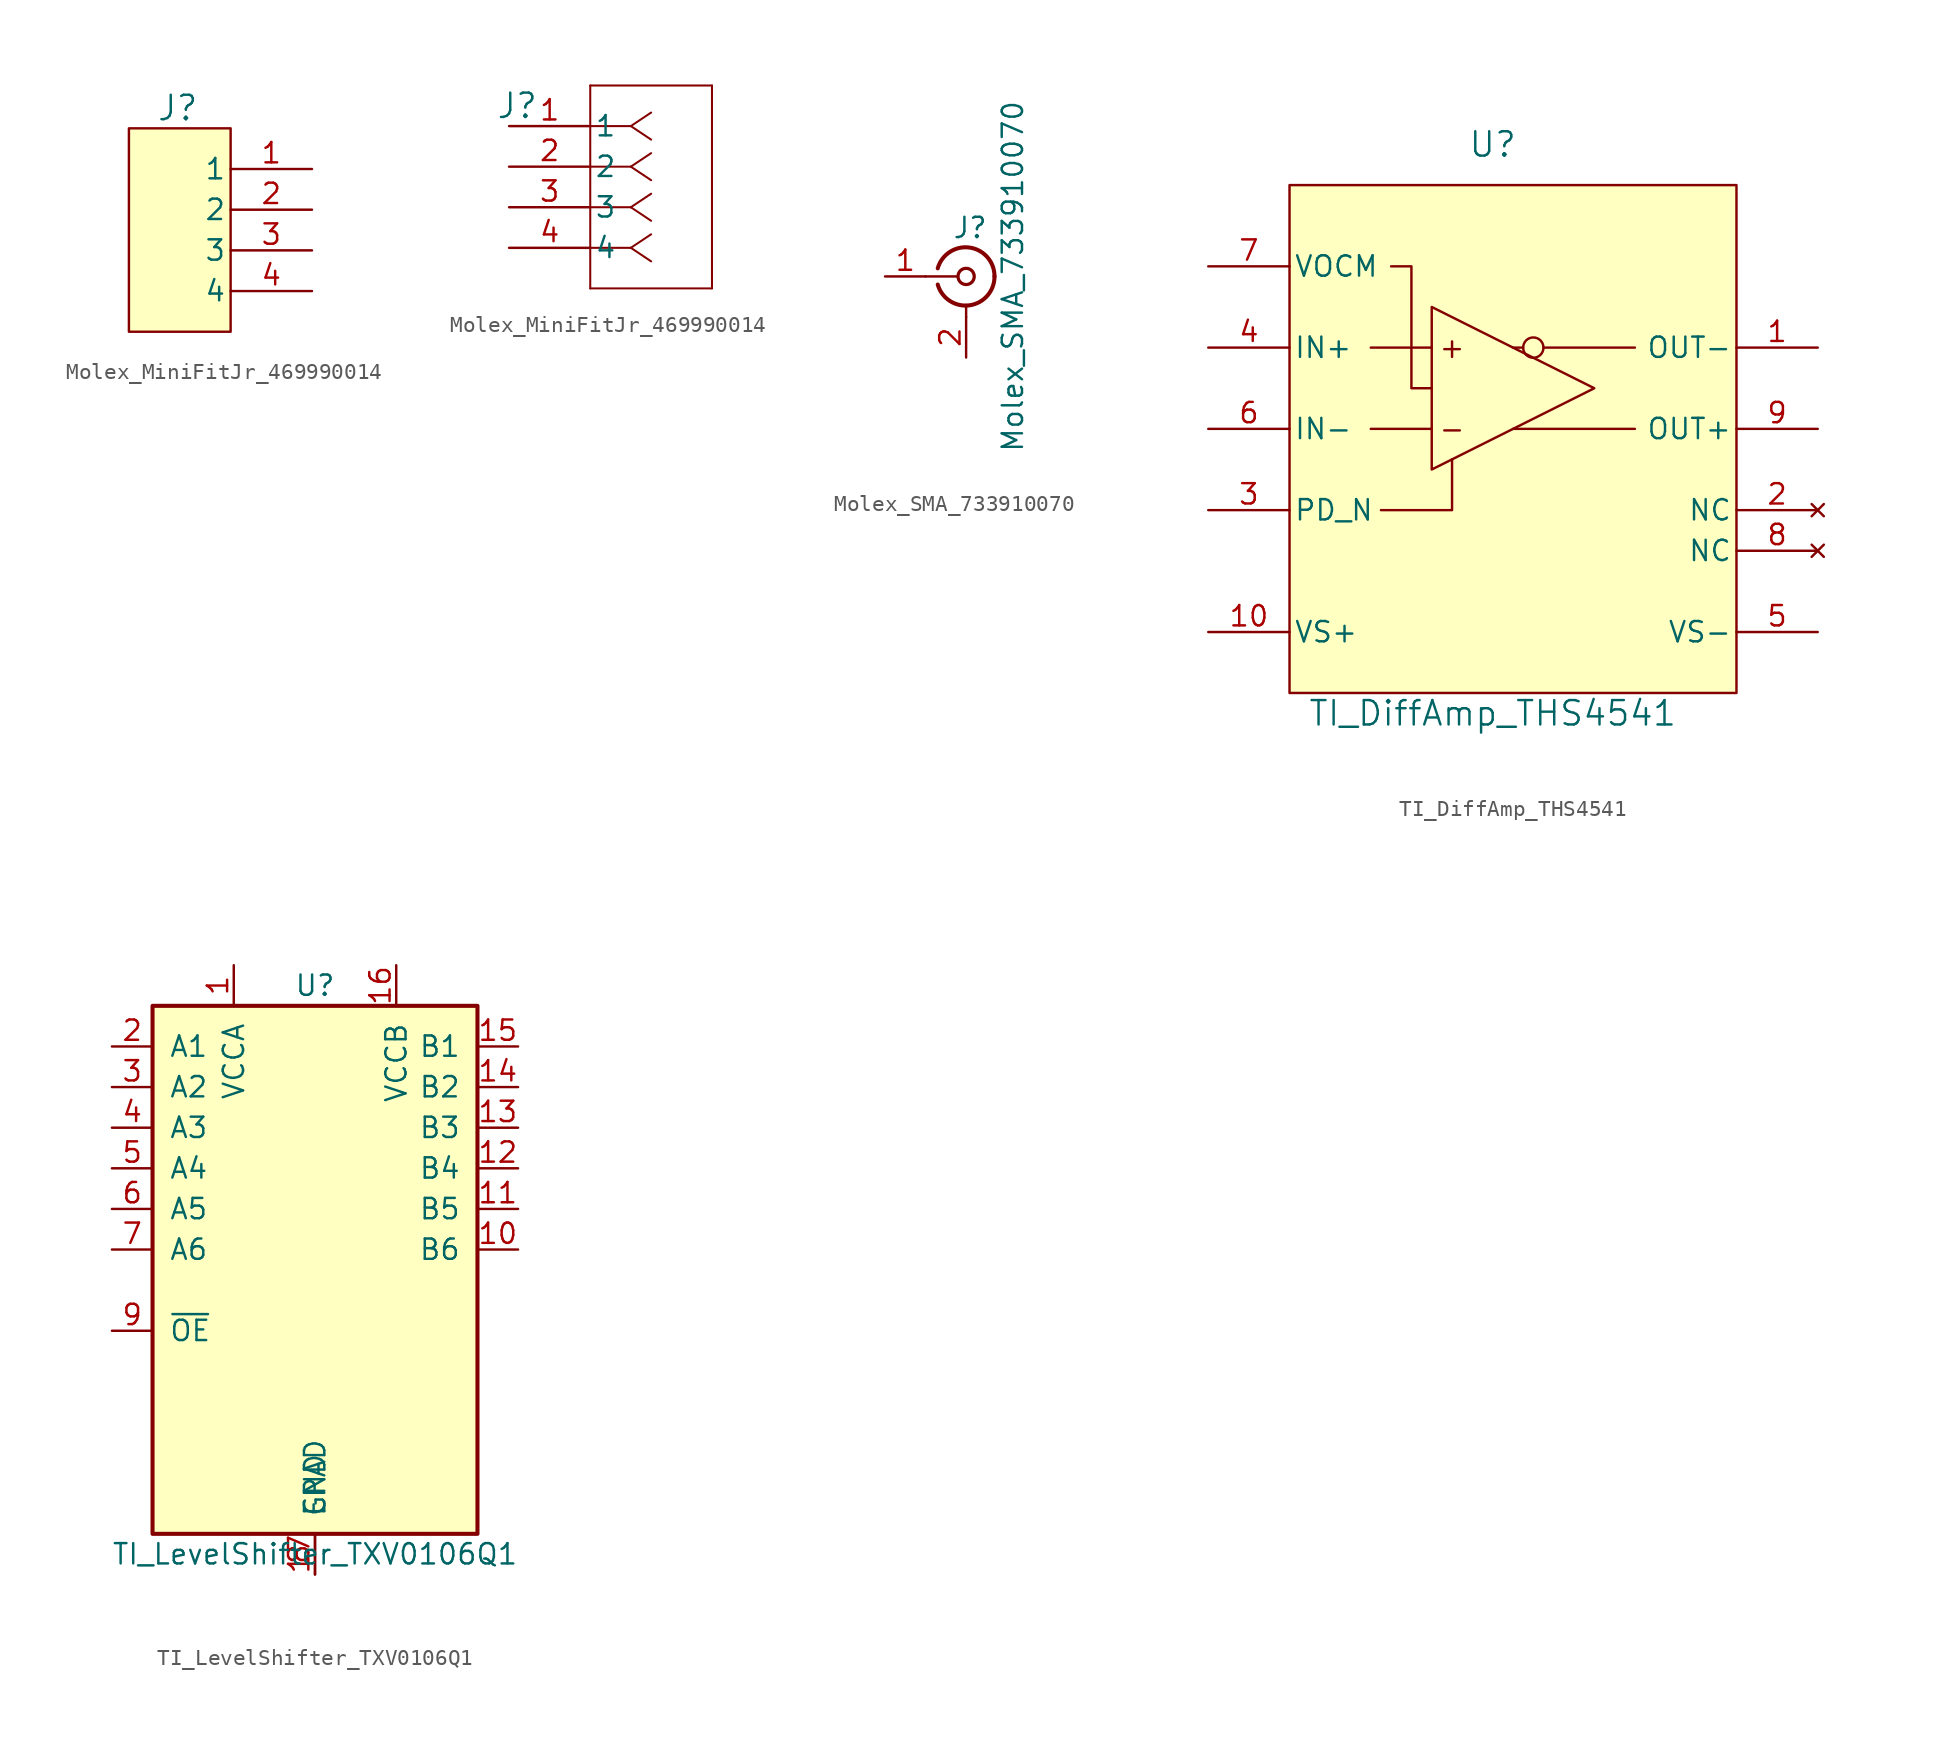
<source format=kicad_sym>
(kicad_symbol_lib
  (version 20241209)
  (generator "kicad_symbol_editor")
  (generator_version "9.0")
  (symbol "Molex_MiniFitJr_469990014"
    (pin_names
      (offset 0.254))
    (property "Reference" "J"
      (at 0.508 1.27 0)
      (effects (font (size 1.524 1.524))))
    (property "ki_locked" ""
      (at 0 0 0)
      (effects (font (size 1.27 1.27))))
    (symbol "Molex_MiniFitJr_469990014_1_1"
      (rectangle (start 3.81 0) (end -2.54 -12.7) (stroke (width 0) (type solid)) (fill (type background)))
      (pin unspecified line (at 8.89 -2.54 180) (length 5.08) (name "1" (effects (font (size 1.27 1.27)))) (number "1" (effects (font (size 1.27 1.27)))))
      (pin unspecified line (at 8.89 -5.08 180) (length 5.08) (name "2" (effects (font (size 1.27 1.27)))) (number "2" (effects (font (size 1.27 1.27)))))
      (pin unspecified line (at 8.89 -7.62 180) (length 5.08) (name "3" (effects (font (size 1.27 1.27)))) (number "3" (effects (font (size 1.27 1.27)))))
      (pin unspecified line (at 8.89 -10.16 180) (length 5.08) (name "4" (effects (font (size 1.27 1.27)))) (number "4" (effects (font (size 1.27 1.27))))))
    (symbol "Molex_MiniFitJr_469990014_1_2"
      (polyline (pts (xy 5.08 2.54) (xy 5.08 -10.16)) (stroke (width 0.127) (type default)) (fill (type none)))
      (polyline (pts (xy 5.08 -10.16) (xy 12.7 -10.16)) (stroke (width 0.127) (type default)) (fill (type none)))
      (polyline (pts (xy 7.62 0) (xy 5.08 0)) (stroke (width 0.127) (type default)) (fill (type none)))
      (polyline (pts (xy 7.62 0) (xy 8.89 0.847)) (stroke (width 0.127) (type default)) (fill (type none)))
      (polyline (pts (xy 7.62 0) (xy 8.89 -0.847)) (stroke (width 0.127) (type default)) (fill (type none)))
      (polyline (pts (xy 7.62 -2.54) (xy 5.08 -2.54)) (stroke (width 0.127) (type default)) (fill (type none)))
      (polyline (pts (xy 7.62 -2.54) (xy 8.89 -1.693)) (stroke (width 0.127) (type default)) (fill (type none)))
      (polyline (pts (xy 7.62 -2.54) (xy 8.89 -3.387)) (stroke (width 0.127) (type default)) (fill (type none)))
      (polyline (pts (xy 7.62 -5.08) (xy 5.08 -5.08)) (stroke (width 0.127) (type default)) (fill (type none)))
      (polyline (pts (xy 7.62 -5.08) (xy 8.89 -4.233)) (stroke (width 0.127) (type default)) (fill (type none)))
      (polyline (pts (xy 7.62 -5.08) (xy 8.89 -5.927)) (stroke (width 0.127) (type default)) (fill (type none)))
      (polyline (pts (xy 7.62 -7.62) (xy 5.08 -7.62)) (stroke (width 0.127) (type default)) (fill (type none)))
      (polyline (pts (xy 7.62 -7.62) (xy 8.89 -6.773)) (stroke (width 0.127) (type default)) (fill (type none)))
      (polyline (pts (xy 7.62 -7.62) (xy 8.89 -8.467)) (stroke (width 0.127) (type default)) (fill (type none)))
      (polyline (pts (xy 12.7 2.54) (xy 5.08 2.54)) (stroke (width 0.127) (type default)) (fill (type none)))
      (polyline (pts (xy 12.7 -10.16) (xy 12.7 2.54)) (stroke (width 0.127) (type default)) (fill (type none)))
      (pin unspecified line (at 0 0 0) (length 5.08) (name "1" (effects (font (size 1.27 1.27)))) (number "1" (effects (font (size 1.27 1.27)))))
      (pin unspecified line (at 0 -2.54 0) (length 5.08) (name "2" (effects (font (size 1.27 1.27)))) (number "2" (effects (font (size 1.27 1.27)))))
      (pin unspecified line (at 0 -5.08 0) (length 5.08) (name "3" (effects (font (size 1.27 1.27)))) (number "3" (effects (font (size 1.27 1.27)))))
      (pin unspecified line (at 0 -7.62 0) (length 5.08) (name "4" (effects (font (size 1.27 1.27)))) (number "4" (effects (font (size 1.27 1.27)))))))
  (symbol "Molex_SMA_733910070"
    (pin_names
      (offset 1.016)
      (hide yes))
    (property "Reference" "J"
      (at 0.254 3.048 0)
      (effects (font (size 1.27 1.27))))
    (property "Value" "Molex_SMA_733910070"
      (at 2.921 0 90)
      (effects (font (size 1.27 1.27))))
    (symbol "Molex_SMA_733910070_0_1"
      (polyline (pts (xy -2.54 0) (xy -0.508 0)) (stroke (width 0) (type default)) (fill (type none)))
      (arc (start 1.778 0) (mid 0.222 -1.8079) (end -1.778 -0.508) (stroke (width 0.254) (type default)) (fill (type none)))
      (arc (start -1.778 0.508) (mid 0.2221 1.8084) (end 1.778 0) (stroke (width 0.254) (type default)) (fill (type none)))
      (circle (center 0 0) (radius 0.508) (stroke (width 0.203) (type default)) (fill (type none)))
      (polyline (pts (xy 0 -2.54) (xy 0 -1.778)) (stroke (width 0) (type default)) (fill (type none))))
    (symbol "Molex_SMA_733910070_1_1"
      (pin passive line (at -5.08 0 0) (length 2.54) (name "In" (effects (font (size 1.27 1.27)))) (number "1" (effects (font (size 1.27 1.27)))))
      (pin passive line (at 0 -5.08 90) (length 2.54) (name "Ext" (effects (font (size 1.27 1.27)))) (number "2" (effects (font (size 1.27 1.27)))))))
  (symbol "TI_DiffAmp_THS4541"
    (pin_names
      (offset 0.254))
    (property "Reference" "U"
      (at 0 17.78 0)
      (effects (font (size 1.524 1.524))))
    (property "Value" "TI_DiffAmp_THS4541"
      (at 0 -17.78 0)
      (effects (font (size 1.524 1.524))))
    (symbol "TI_DiffAmp_THS4541_1_1"
      (rectangle (start -12.7 15.24) (end 15.24 -16.51) (stroke (width 0) (type solid)) (fill (type background)))
      (polyline (pts (xy -7.62 5.08) (xy -3.81 5.08)) (stroke (width 0) (type default)) (fill (type none)))
      (polyline (pts (xy -7.62 0) (xy -3.81 0)) (stroke (width 0) (type default)) (fill (type none)))
      (polyline (pts (xy -6.985 -5.08) (xy -2.54 -5.08) (xy -2.54 -1.905)) (stroke (width 0) (type default)) (fill (type none)))
      (polyline (pts (xy -6.35 10.16) (xy -5.08 10.16) (xy -5.08 2.54) (xy -3.81 2.54)) (stroke (width 0) (type default)) (fill (type none)))
      (polyline (pts (xy -3.81 7.62) (xy -3.81 -2.54) (xy 6.35 2.54) (xy -3.81 7.62)) (stroke (width 0) (type default)) (fill (type none)))
      (polyline (pts (xy 1.27 5.08) (xy 1.905 5.08)) (stroke (width 0) (type default)) (fill (type none)))
      (polyline (pts (xy 1.27 0) (xy 8.89 0)) (stroke (width 0) (type default)) (fill (type none)))
      (circle (center 2.54 5.08) (radius 0.635) (stroke (width 0) (type default)) (fill (type none)))
      (polyline (pts (xy 3.175 5.08) (xy 8.89 5.08)) (stroke (width 0) (type default)) (fill (type none)))
      (text "+" (at -2.54 5.08 0) (effects (font (size 1.27 1.27))))
      (text "-" (at -2.54 0 0) (effects (font (size 1.27 1.27))))
      (pin input line (at -17.78 10.16 0) (length 5.08) (name "VOCM" (effects (font (size 1.27 1.27)))) (number "7" (effects (font (size 1.27 1.27)))))
      (pin input line (at -17.78 5.08 0) (length 5.08) (name "IN+" (effects (font (size 1.27 1.27)))) (number "4" (effects (font (size 1.27 1.27)))))
      (pin input line (at -17.78 0 0) (length 5.08) (name "IN-" (effects (font (size 1.27 1.27)))) (number "6" (effects (font (size 1.27 1.27)))))
      (pin input line (at -17.78 -5.08 0) (length 5.08) (name "PD_N" (effects (font (size 1.27 1.27)))) (number "3" (effects (font (size 1.27 1.27)))))
      (pin power_in line (at -17.78 -12.7 0) (length 5.08) (name "VS+" (effects (font (size 1.27 1.27)))) (number "10" (effects (font (size 1.27 1.27)))))
      (pin output line (at 20.32 5.08 180) (length 5.08) (name "OUT-" (effects (font (size 1.27 1.27)))) (number "1" (effects (font (size 1.27 1.27)))))
      (pin output line (at 20.32 0 180) (length 5.08) (name "OUT+" (effects (font (size 1.27 1.27)))) (number "9" (effects (font (size 1.27 1.27)))))
      (pin no_connect line (at 20.32 -5.08 180) (length 5.08) (name "NC" (effects (font (size 1.27 1.27)))) (number "2" (effects (font (size 1.27 1.27)))))
      (pin no_connect line (at 20.32 -7.62 180) (length 5.08) (name "NC" (effects (font (size 1.27 1.27)))) (number "8" (effects (font (size 1.27 1.27)))))
      (pin power_in line (at 20.32 -12.7 180) (length 5.08) (name "VS-" (effects (font (size 1.27 1.27)))) (number "5" (effects (font (size 1.27 1.27)))))))
  (symbol "TI_LevelShifter_TXV0106Q1"
    (pin_names
      (offset 1.016))
    (property "Reference" "U"
      (at 0 16.51 0)
      (effects (font (size 1.27 1.27))))
    (property "Value" "TI_LevelShifter_TXV0106Q1"
      (at 0 -19.05 0)
      (effects (font (size 1.27 1.27))))
    (symbol "TI_LevelShifter_TXV0106Q1_1_1"
      (rectangle (start -10.16 15.24) (end 10.16 -17.78) (stroke (width 0.254) (type default)) (fill (type background)))
      (pin input line (at -12.7 12.7 0) (length 2.54) (name "A1" (effects (font (size 1.27 1.27)))) (number "2" (effects (font (size 1.27 1.27)))))
      (pin input line (at -12.7 10.16 0) (length 2.54) (name "A2" (effects (font (size 1.27 1.27)))) (number "3" (effects (font (size 1.27 1.27)))))
      (pin input line (at -12.7 7.62 0) (length 2.54) (name "A3" (effects (font (size 1.27 1.27)))) (number "4" (effects (font (size 1.27 1.27)))))
      (pin input line (at -12.7 5.08 0) (length 2.54) (name "A4" (effects (font (size 1.27 1.27)))) (number "5" (effects (font (size 1.27 1.27)))))
      (pin input line (at -12.7 2.54 0) (length 2.54) (name "A5" (effects (font (size 1.27 1.27)))) (number "6" (effects (font (size 1.27 1.27)))))
      (pin input line (at -12.7 0 0) (length 2.54) (name "A6" (effects (font (size 1.27 1.27)))) (number "7" (effects (font (size 1.27 1.27)))))
      (pin input line (at -12.7 -5.08 0) (length 2.54) (name "~{OE}" (effects (font (size 1.27 1.27)))) (number "9" (effects (font (size 1.27 1.27)))))
      (pin power_in line (at -5.08 17.78 270) (length 2.54) (name "VCCA" (effects (font (size 1.27 1.27)))) (number "1" (effects (font (size 1.27 1.27)))))
      (pin passive line (at 0 -20.32 90) (length 2.54) (name "EPAD" (effects (font (size 1.27 1.27)))) (number "17" (effects (font (size 1.27 1.27)))))
      (pin power_in line (at 0 -20.32 90) (length 2.54) (name "GND" (effects (font (size 1.27 1.27)))) (number "8" (effects (font (size 1.27 1.27)))))
      (pin power_in line (at 5.08 17.78 270) (length 2.54) (name "VCCB" (effects (font (size 1.27 1.27)))) (number "16" (effects (font (size 1.27 1.27)))))
      (pin output line (at 12.7 12.7 180) (length 2.54) (name "B1" (effects (font (size 1.27 1.27)))) (number "15" (effects (font (size 1.27 1.27)))))
      (pin output line (at 12.7 10.16 180) (length 2.54) (name "B2" (effects (font (size 1.27 1.27)))) (number "14" (effects (font (size 1.27 1.27)))))
      (pin output line (at 12.7 7.62 180) (length 2.54) (name "B3" (effects (font (size 1.27 1.27)))) (number "13" (effects (font (size 1.27 1.27)))))
      (pin output line (at 12.7 5.08 180) (length 2.54) (name "B4" (effects (font (size 1.27 1.27)))) (number "12" (effects (font (size 1.27 1.27)))))
      (pin output line (at 12.7 2.54 180) (length 2.54) (name "B5" (effects (font (size 1.27 1.27)))) (number "11" (effects (font (size 1.27 1.27)))))
      (pin output line (at 12.7 0 180) (length 2.54) (name "B6" (effects (font (size 1.27 1.27)))) (number "10" (effects (font (size 1.27 1.27))))))))
</source>
